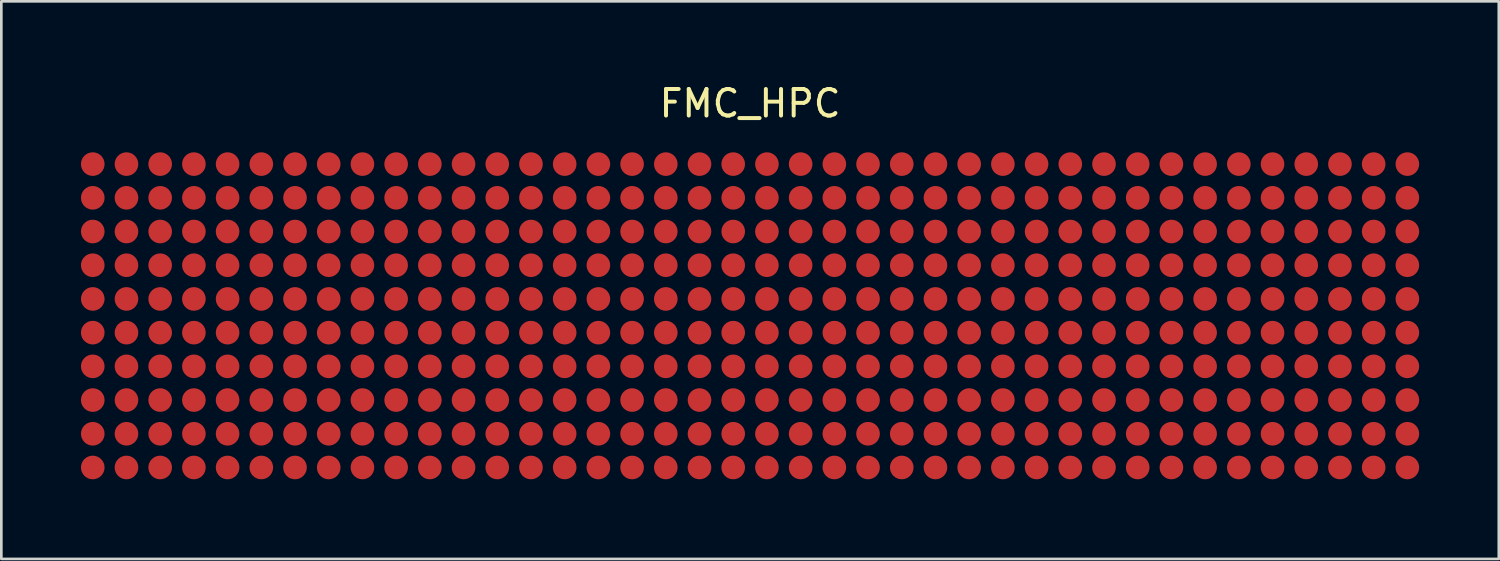
<source format=kicad_pcb>
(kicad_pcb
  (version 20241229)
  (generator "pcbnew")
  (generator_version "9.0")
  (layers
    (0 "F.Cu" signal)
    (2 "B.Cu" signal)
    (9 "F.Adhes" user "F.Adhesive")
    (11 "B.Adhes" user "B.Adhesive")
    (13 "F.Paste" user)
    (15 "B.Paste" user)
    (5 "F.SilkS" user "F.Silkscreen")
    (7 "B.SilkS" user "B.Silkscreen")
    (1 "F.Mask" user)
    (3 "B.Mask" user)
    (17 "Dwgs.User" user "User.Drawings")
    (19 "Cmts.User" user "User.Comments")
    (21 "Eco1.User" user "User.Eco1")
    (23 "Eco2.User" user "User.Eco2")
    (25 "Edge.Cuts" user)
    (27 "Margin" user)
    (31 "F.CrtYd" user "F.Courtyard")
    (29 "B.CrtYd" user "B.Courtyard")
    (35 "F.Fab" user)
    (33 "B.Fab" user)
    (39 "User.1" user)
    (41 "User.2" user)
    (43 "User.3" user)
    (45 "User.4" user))
  (footprint "FMC_HPC"
    (layer "F.Cu")
    (at 25.21 8.848)
    (property "Reference" "FMC_HPC" (at 0 -8 0) (layer "F.SilkS") (effects (font (size 1 1) (thickness 0.15))))
    (attr through_hole)
    (pad "A1" smd circle (at -24.765 -5.715) (size 0.89 0.89) (layers "F.Cu" "F.Mask" "F.Paste"))
    (pad "A2" smd circle (at -23.495 -5.715) (size 0.89 0.89) (layers "F.Cu" "F.Mask" "F.Paste"))
    (pad "A3" smd circle (at -22.225 -5.715) (size 0.89 0.89) (layers "F.Cu" "F.Mask" "F.Paste"))
    (pad "A4" smd circle (at -20.955 -5.715) (size 0.89 0.89) (layers "F.Cu" "F.Mask" "F.Paste"))
    (pad "A5" smd circle (at -19.685 -5.715) (size 0.89 0.89) (layers "F.Cu" "F.Mask" "F.Paste"))
    (pad "A6" smd circle (at -18.415 -5.715) (size 0.89 0.89) (layers "F.Cu" "F.Mask" "F.Paste"))
    (pad "A7" smd circle (at -17.145 -5.715) (size 0.89 0.89) (layers "F.Cu" "F.Mask" "F.Paste"))
    (pad "A8" smd circle (at -15.875 -5.715) (size 0.89 0.89) (layers "F.Cu" "F.Mask" "F.Paste"))
    (pad "A9" smd circle (at -14.605 -5.715) (size 0.89 0.89) (layers "F.Cu" "F.Mask" "F.Paste"))
    (pad "A10" smd circle (at -13.335 -5.715) (size 0.89 0.89) (layers "F.Cu" "F.Mask" "F.Paste"))
    (pad "A11" smd circle (at -12.065 -5.715) (size 0.89 0.89) (layers "F.Cu" "F.Mask" "F.Paste"))
    (pad "A12" smd circle (at -10.795 -5.715) (size 0.89 0.89) (layers "F.Cu" "F.Mask" "F.Paste"))
    (pad "A13" smd circle (at -9.525 -5.715) (size 0.89 0.89) (layers "F.Cu" "F.Mask" "F.Paste"))
    (pad "A14" smd circle (at -8.255 -5.715) (size 0.89 0.89) (layers "F.Cu" "F.Mask" "F.Paste"))
    (pad "A15" smd circle (at -6.985 -5.715) (size 0.89 0.89) (layers "F.Cu" "F.Mask" "F.Paste"))
    (pad "A16" smd circle (at -5.715 -5.715) (size 0.89 0.89) (layers "F.Cu" "F.Mask" "F.Paste"))
    (pad "A17" smd circle (at -4.445 -5.715) (size 0.89 0.89) (layers "F.Cu" "F.Mask" "F.Paste"))
    (pad "A18" smd circle (at -3.175 -5.715) (size 0.89 0.89) (layers "F.Cu" "F.Mask" "F.Paste"))
    (pad "A19" smd circle (at -1.905 -5.715) (size 0.89 0.89) (layers "F.Cu" "F.Mask" "F.Paste"))
    (pad "A20" smd circle (at -0.635 -5.715) (size 0.89 0.89) (layers "F.Cu" "F.Mask" "F.Paste"))
    (pad "A21" smd circle (at 0.635 -5.715) (size 0.89 0.89) (layers "F.Cu" "F.Mask" "F.Paste"))
    (pad "A22" smd circle (at 1.905 -5.715) (size 0.89 0.89) (layers "F.Cu" "F.Mask" "F.Paste"))
    (pad "A23" smd circle (at 3.175 -5.715) (size 0.89 0.89) (layers "F.Cu" "F.Mask" "F.Paste"))
    (pad "A24" smd circle (at 4.445 -5.715) (size 0.89 0.89) (layers "F.Cu" "F.Mask" "F.Paste"))
    (pad "A25" smd circle (at 5.715 -5.715) (size 0.89 0.89) (layers "F.Cu" "F.Mask" "F.Paste"))
    (pad "A26" smd circle (at 6.985 -5.715) (size 0.89 0.89) (layers "F.Cu" "F.Mask" "F.Paste"))
    (pad "A27" smd circle (at 8.255 -5.715) (size 0.89 0.89) (layers "F.Cu" "F.Mask" "F.Paste"))
    (pad "A28" smd circle (at 9.525 -5.715) (size 0.89 0.89) (layers "F.Cu" "F.Mask" "F.Paste"))
    (pad "A29" smd circle (at 10.795 -5.715) (size 0.89 0.89) (layers "F.Cu" "F.Mask" "F.Paste"))
    (pad "A30" smd circle (at 12.065 -5.715) (size 0.89 0.89) (layers "F.Cu" "F.Mask" "F.Paste"))
    (pad "A31" smd circle (at 13.335 -5.715) (size 0.89 0.89) (layers "F.Cu" "F.Mask" "F.Paste"))
    (pad "A32" smd circle (at 14.605 -5.715) (size 0.89 0.89) (layers "F.Cu" "F.Mask" "F.Paste"))
    (pad "A33" smd circle (at 15.875 -5.715) (size 0.89 0.89) (layers "F.Cu" "F.Mask" "F.Paste"))
    (pad "A34" smd circle (at 17.145 -5.715) (size 0.89 0.89) (layers "F.Cu" "F.Mask" "F.Paste"))
    (pad "A35" smd circle (at 18.415 -5.715) (size 0.89 0.89) (layers "F.Cu" "F.Mask" "F.Paste"))
    (pad "A36" smd circle (at 19.685 -5.715) (size 0.89 0.89) (layers "F.Cu" "F.Mask" "F.Paste"))
    (pad "A37" smd circle (at 20.955 -5.715) (size 0.89 0.89) (layers "F.Cu" "F.Mask" "F.Paste"))
    (pad "A38" smd circle (at 22.225 -5.715) (size 0.89 0.89) (layers "F.Cu" "F.Mask" "F.Paste"))
    (pad "A39" smd circle (at 23.495 -5.715) (size 0.89 0.89) (layers "F.Cu" "F.Mask" "F.Paste"))
    (pad "A40" smd circle (at 24.765 -5.715) (size 0.89 0.89) (layers "F.Cu" "F.Mask" "F.Paste"))
    (pad "B1" smd circle (at -24.765 -4.445) (size 0.89 0.89) (layers "F.Cu" "F.Mask" "F.Paste"))
    (pad "B2" smd circle (at -23.495 -4.445) (size 0.89 0.89) (layers "F.Cu" "F.Mask" "F.Paste"))
    (pad "B3" smd circle (at -22.225 -4.445) (size 0.89 0.89) (layers "F.Cu" "F.Mask" "F.Paste"))
    (pad "B4" smd circle (at -20.955 -4.445) (size 0.89 0.89) (layers "F.Cu" "F.Mask" "F.Paste"))
    (pad "B5" smd circle (at -19.685 -4.445) (size 0.89 0.89) (layers "F.Cu" "F.Mask" "F.Paste"))
    (pad "B6" smd circle (at -18.415 -4.445) (size 0.89 0.89) (layers "F.Cu" "F.Mask" "F.Paste"))
    (pad "B7" smd circle (at -17.145 -4.445) (size 0.89 0.89) (layers "F.Cu" "F.Mask" "F.Paste"))
    (pad "B8" smd circle (at -15.875 -4.445) (size 0.89 0.89) (layers "F.Cu" "F.Mask" "F.Paste"))
    (pad "B9" smd circle (at -14.605 -4.445) (size 0.89 0.89) (layers "F.Cu" "F.Mask" "F.Paste"))
    (pad "B10" smd circle (at -13.335 -4.445) (size 0.89 0.89) (layers "F.Cu" "F.Mask" "F.Paste"))
    (pad "B11" smd circle (at -12.065 -4.445) (size 0.89 0.89) (layers "F.Cu" "F.Mask" "F.Paste"))
    (pad "B12" smd circle (at -10.795 -4.445) (size 0.89 0.89) (layers "F.Cu" "F.Mask" "F.Paste"))
    (pad "B13" smd circle (at -9.525 -4.445) (size 0.89 0.89) (layers "F.Cu" "F.Mask" "F.Paste"))
    (pad "B14" smd circle (at -8.255 -4.445) (size 0.89 0.89) (layers "F.Cu" "F.Mask" "F.Paste"))
    (pad "B15" smd circle (at -6.985 -4.445) (size 0.89 0.89) (layers "F.Cu" "F.Mask" "F.Paste"))
    (pad "B16" smd circle (at -5.715 -4.445) (size 0.89 0.89) (layers "F.Cu" "F.Mask" "F.Paste"))
    (pad "B17" smd circle (at -4.445 -4.445) (size 0.89 0.89) (layers "F.Cu" "F.Mask" "F.Paste"))
    (pad "B18" smd circle (at -3.175 -4.445) (size 0.89 0.89) (layers "F.Cu" "F.Mask" "F.Paste"))
    (pad "B19" smd circle (at -1.905 -4.445) (size 0.89 0.89) (layers "F.Cu" "F.Mask" "F.Paste"))
    (pad "B20" smd circle (at -0.635 -4.445) (size 0.89 0.89) (layers "F.Cu" "F.Mask" "F.Paste"))
    (pad "B21" smd circle (at 0.635 -4.445) (size 0.89 0.89) (layers "F.Cu" "F.Mask" "F.Paste"))
    (pad "B22" smd circle (at 1.905 -4.445) (size 0.89 0.89) (layers "F.Cu" "F.Mask" "F.Paste"))
    (pad "B23" smd circle (at 3.175 -4.445) (size 0.89 0.89) (layers "F.Cu" "F.Mask" "F.Paste"))
    (pad "B24" smd circle (at 4.445 -4.445) (size 0.89 0.89) (layers "F.Cu" "F.Mask" "F.Paste"))
    (pad "B25" smd circle (at 5.715 -4.445) (size 0.89 0.89) (layers "F.Cu" "F.Mask" "F.Paste"))
    (pad "B26" smd circle (at 6.985 -4.445) (size 0.89 0.89) (layers "F.Cu" "F.Mask" "F.Paste"))
    (pad "B27" smd circle (at 8.255 -4.445) (size 0.89 0.89) (layers "F.Cu" "F.Mask" "F.Paste"))
    (pad "B28" smd circle (at 9.525 -4.445) (size 0.89 0.89) (layers "F.Cu" "F.Mask" "F.Paste"))
    (pad "B29" smd circle (at 10.795 -4.445) (size 0.89 0.89) (layers "F.Cu" "F.Mask" "F.Paste"))
    (pad "B30" smd circle (at 12.065 -4.445) (size 0.89 0.89) (layers "F.Cu" "F.Mask" "F.Paste"))
    (pad "B31" smd circle (at 13.335 -4.445) (size 0.89 0.89) (layers "F.Cu" "F.Mask" "F.Paste"))
    (pad "B32" smd circle (at 14.605 -4.445) (size 0.89 0.89) (layers "F.Cu" "F.Mask" "F.Paste"))
    (pad "B33" smd circle (at 15.875 -4.445) (size 0.89 0.89) (layers "F.Cu" "F.Mask" "F.Paste"))
    (pad "B34" smd circle (at 17.145 -4.445) (size 0.89 0.89) (layers "F.Cu" "F.Mask" "F.Paste"))
    (pad "B35" smd circle (at 18.415 -4.445) (size 0.89 0.89) (layers "F.Cu" "F.Mask" "F.Paste"))
    (pad "B36" smd circle (at 19.685 -4.445) (size 0.89 0.89) (layers "F.Cu" "F.Mask" "F.Paste"))
    (pad "B37" smd circle (at 20.955 -4.445) (size 0.89 0.89) (layers "F.Cu" "F.Mask" "F.Paste"))
    (pad "B38" smd circle (at 22.225 -4.445) (size 0.89 0.89) (layers "F.Cu" "F.Mask" "F.Paste"))
    (pad "B39" smd circle (at 23.495 -4.445) (size 0.89 0.89) (layers "F.Cu" "F.Mask" "F.Paste"))
    (pad "B40" smd circle (at 24.765 -4.445) (size 0.89 0.89) (layers "F.Cu" "F.Mask" "F.Paste"))
    (pad "C1" smd circle (at -24.765 -3.175) (size 0.89 0.89) (layers "F.Cu" "F.Mask" "F.Paste"))
    (pad "C2" smd circle (at -23.495 -3.175) (size 0.89 0.89) (layers "F.Cu" "F.Mask" "F.Paste"))
    (pad "C3" smd circle (at -22.225 -3.175) (size 0.89 0.89) (layers "F.Cu" "F.Mask" "F.Paste"))
    (pad "C4" smd circle (at -20.955 -3.175) (size 0.89 0.89) (layers "F.Cu" "F.Mask" "F.Paste"))
    (pad "C5" smd circle (at -19.685 -3.175) (size 0.89 0.89) (layers "F.Cu" "F.Mask" "F.Paste"))
    (pad "C6" smd circle (at -18.415 -3.175) (size 0.89 0.89) (layers "F.Cu" "F.Mask" "F.Paste"))
    (pad "C7" smd circle (at -17.145 -3.175) (size 0.89 0.89) (layers "F.Cu" "F.Mask" "F.Paste"))
    (pad "C8" smd circle (at -15.875 -3.175) (size 0.89 0.89) (layers "F.Cu" "F.Mask" "F.Paste"))
    (pad "C9" smd circle (at -14.605 -3.175) (size 0.89 0.89) (layers "F.Cu" "F.Mask" "F.Paste"))
    (pad "C10" smd circle (at -13.335 -3.175) (size 0.89 0.89) (layers "F.Cu" "F.Mask" "F.Paste"))
    (pad "C11" smd circle (at -12.065 -3.175) (size 0.89 0.89) (layers "F.Cu" "F.Mask" "F.Paste"))
    (pad "C12" smd circle (at -10.795 -3.175) (size 0.89 0.89) (layers "F.Cu" "F.Mask" "F.Paste"))
    (pad "C13" smd circle (at -9.525 -3.175) (size 0.89 0.89) (layers "F.Cu" "F.Mask" "F.Paste"))
    (pad "C14" smd circle (at -8.255 -3.175) (size 0.89 0.89) (layers "F.Cu" "F.Mask" "F.Paste"))
    (pad "C15" smd circle (at -6.985 -3.175) (size 0.89 0.89) (layers "F.Cu" "F.Mask" "F.Paste"))
    (pad "C16" smd circle (at -5.715 -3.175) (size 0.89 0.89) (layers "F.Cu" "F.Mask" "F.Paste"))
    (pad "C17" smd circle (at -4.445 -3.175) (size 0.89 0.89) (layers "F.Cu" "F.Mask" "F.Paste"))
    (pad "C18" smd circle (at -3.175 -3.175) (size 0.89 0.89) (layers "F.Cu" "F.Mask" "F.Paste"))
    (pad "C19" smd circle (at -1.905 -3.175) (size 0.89 0.89) (layers "F.Cu" "F.Mask" "F.Paste"))
    (pad "C20" smd circle (at -0.635 -3.175) (size 0.89 0.89) (layers "F.Cu" "F.Mask" "F.Paste"))
    (pad "C21" smd circle (at 0.635 -3.175) (size 0.89 0.89) (layers "F.Cu" "F.Mask" "F.Paste"))
    (pad "C22" smd circle (at 1.905 -3.175) (size 0.89 0.89) (layers "F.Cu" "F.Mask" "F.Paste"))
    (pad "C23" smd circle (at 3.175 -3.175) (size 0.89 0.89) (layers "F.Cu" "F.Mask" "F.Paste"))
    (pad "C24" smd circle (at 4.445 -3.175) (size 0.89 0.89) (layers "F.Cu" "F.Mask" "F.Paste"))
    (pad "C25" smd circle (at 5.715 -3.175) (size 0.89 0.89) (layers "F.Cu" "F.Mask" "F.Paste"))
    (pad "C26" smd circle (at 6.985 -3.175) (size 0.89 0.89) (layers "F.Cu" "F.Mask" "F.Paste"))
    (pad "C27" smd circle (at 8.255 -3.175) (size 0.89 0.89) (layers "F.Cu" "F.Mask" "F.Paste"))
    (pad "C28" smd circle (at 9.525 -3.175) (size 0.89 0.89) (layers "F.Cu" "F.Mask" "F.Paste"))
    (pad "C29" smd circle (at 10.795 -3.175) (size 0.89 0.89) (layers "F.Cu" "F.Mask" "F.Paste"))
    (pad "C30" smd circle (at 12.065 -3.175) (size 0.89 0.89) (layers "F.Cu" "F.Mask" "F.Paste"))
    (pad "C31" smd circle (at 13.335 -3.175) (size 0.89 0.89) (layers "F.Cu" "F.Mask" "F.Paste"))
    (pad "C32" smd circle (at 14.605 -3.175) (size 0.89 0.89) (layers "F.Cu" "F.Mask" "F.Paste"))
    (pad "C33" smd circle (at 15.875 -3.175) (size 0.89 0.89) (layers "F.Cu" "F.Mask" "F.Paste"))
    (pad "C34" smd circle (at 17.145 -3.175) (size 0.89 0.89) (layers "F.Cu" "F.Mask" "F.Paste"))
    (pad "C35" smd circle (at 18.415 -3.175) (size 0.89 0.89) (layers "F.Cu" "F.Mask" "F.Paste"))
    (pad "C36" smd circle (at 19.685 -3.175) (size 0.89 0.89) (layers "F.Cu" "F.Mask" "F.Paste"))
    (pad "C37" smd circle (at 20.955 -3.175) (size 0.89 0.89) (layers "F.Cu" "F.Mask" "F.Paste"))
    (pad "C38" smd circle (at 22.225 -3.175) (size 0.89 0.89) (layers "F.Cu" "F.Mask" "F.Paste"))
    (pad "C39" smd circle (at 23.495 -3.175) (size 0.89 0.89) (layers "F.Cu" "F.Mask" "F.Paste"))
    (pad "C40" smd circle (at 24.765 -3.175) (size 0.89 0.89) (layers "F.Cu" "F.Mask" "F.Paste"))
    (pad "D1" smd circle (at -24.765 -1.905) (size 0.89 0.89) (layers "F.Cu" "F.Mask" "F.Paste"))
    (pad "D2" smd circle (at -23.495 -1.905) (size 0.89 0.89) (layers "F.Cu" "F.Mask" "F.Paste"))
    (pad "D3" smd circle (at -22.225 -1.905) (size 0.89 0.89) (layers "F.Cu" "F.Mask" "F.Paste"))
    (pad "D4" smd circle (at -20.955 -1.905) (size 0.89 0.89) (layers "F.Cu" "F.Mask" "F.Paste"))
    (pad "D5" smd circle (at -19.685 -1.905) (size 0.89 0.89) (layers "F.Cu" "F.Mask" "F.Paste"))
    (pad "D6" smd circle (at -18.415 -1.905) (size 0.89 0.89) (layers "F.Cu" "F.Mask" "F.Paste"))
    (pad "D7" smd circle (at -17.145 -1.905) (size 0.89 0.89) (layers "F.Cu" "F.Mask" "F.Paste"))
    (pad "D8" smd circle (at -15.875 -1.905) (size 0.89 0.89) (layers "F.Cu" "F.Mask" "F.Paste"))
    (pad "D9" smd circle (at -14.605 -1.905) (size 0.89 0.89) (layers "F.Cu" "F.Mask" "F.Paste"))
    (pad "D10" smd circle (at -13.335 -1.905) (size 0.89 0.89) (layers "F.Cu" "F.Mask" "F.Paste"))
    (pad "D11" smd circle (at -12.065 -1.905) (size 0.89 0.89) (layers "F.Cu" "F.Mask" "F.Paste"))
    (pad "D12" smd circle (at -10.795 -1.905) (size 0.89 0.89) (layers "F.Cu" "F.Mask" "F.Paste"))
    (pad "D13" smd circle (at -9.525 -1.905) (size 0.89 0.89) (layers "F.Cu" "F.Mask" "F.Paste"))
    (pad "D14" smd circle (at -8.255 -1.905) (size 0.89 0.89) (layers "F.Cu" "F.Mask" "F.Paste"))
    (pad "D15" smd circle (at -6.985 -1.905) (size 0.89 0.89) (layers "F.Cu" "F.Mask" "F.Paste"))
    (pad "D16" smd circle (at -5.715 -1.905) (size 0.89 0.89) (layers "F.Cu" "F.Mask" "F.Paste"))
    (pad "D17" smd circle (at -4.445 -1.905) (size 0.89 0.89) (layers "F.Cu" "F.Mask" "F.Paste"))
    (pad "D18" smd circle (at -3.175 -1.905) (size 0.89 0.89) (layers "F.Cu" "F.Mask" "F.Paste"))
    (pad "D19" smd circle (at -1.905 -1.905) (size 0.89 0.89) (layers "F.Cu" "F.Mask" "F.Paste"))
    (pad "D20" smd circle (at -0.635 -1.905) (size 0.89 0.89) (layers "F.Cu" "F.Mask" "F.Paste"))
    (pad "D21" smd circle (at 0.635 -1.905) (size 0.89 0.89) (layers "F.Cu" "F.Mask" "F.Paste"))
    (pad "D22" smd circle (at 1.905 -1.905) (size 0.89 0.89) (layers "F.Cu" "F.Mask" "F.Paste"))
    (pad "D23" smd circle (at 3.175 -1.905) (size 0.89 0.89) (layers "F.Cu" "F.Mask" "F.Paste"))
    (pad "D24" smd circle (at 4.445 -1.905) (size 0.89 0.89) (layers "F.Cu" "F.Mask" "F.Paste"))
    (pad "D25" smd circle (at 5.715 -1.905) (size 0.89 0.89) (layers "F.Cu" "F.Mask" "F.Paste"))
    (pad "D26" smd circle (at 6.985 -1.905) (size 0.89 0.89) (layers "F.Cu" "F.Mask" "F.Paste"))
    (pad "D27" smd circle (at 8.255 -1.905) (size 0.89 0.89) (layers "F.Cu" "F.Mask" "F.Paste"))
    (pad "D28" smd circle (at 9.525 -1.905) (size 0.89 0.89) (layers "F.Cu" "F.Mask" "F.Paste"))
    (pad "D29" smd circle (at 10.795 -1.905) (size 0.89 0.89) (layers "F.Cu" "F.Mask" "F.Paste"))
    (pad "D30" smd circle (at 12.065 -1.905) (size 0.89 0.89) (layers "F.Cu" "F.Mask" "F.Paste"))
    (pad "D31" smd circle (at 13.335 -1.905) (size 0.89 0.89) (layers "F.Cu" "F.Mask" "F.Paste"))
    (pad "D32" smd circle (at 14.605 -1.905) (size 0.89 0.89) (layers "F.Cu" "F.Mask" "F.Paste"))
    (pad "D33" smd circle (at 15.875 -1.905) (size 0.89 0.89) (layers "F.Cu" "F.Mask" "F.Paste"))
    (pad "D34" smd circle (at 17.145 -1.905) (size 0.89 0.89) (layers "F.Cu" "F.Mask" "F.Paste"))
    (pad "D35" smd circle (at 18.415 -1.905) (size 0.89 0.89) (layers "F.Cu" "F.Mask" "F.Paste"))
    (pad "D36" smd circle (at 19.685 -1.905) (size 0.89 0.89) (layers "F.Cu" "F.Mask" "F.Paste"))
    (pad "D37" smd circle (at 20.955 -1.905) (size 0.89 0.89) (layers "F.Cu" "F.Mask" "F.Paste"))
    (pad "D38" smd circle (at 22.225 -1.905) (size 0.89 0.89) (layers "F.Cu" "F.Mask" "F.Paste"))
    (pad "D39" smd circle (at 23.495 -1.905) (size 0.89 0.89) (layers "F.Cu" "F.Mask" "F.Paste"))
    (pad "D40" smd circle (at 24.765 -1.905) (size 0.89 0.89) (layers "F.Cu" "F.Mask" "F.Paste"))
    (pad "E1" smd circle (at -24.765 -0.635) (size 0.89 0.89) (layers "F.Cu" "F.Mask" "F.Paste"))
    (pad "E2" smd circle (at -23.495 -0.635) (size 0.89 0.89) (layers "F.Cu" "F.Mask" "F.Paste"))
    (pad "E3" smd circle (at -22.225 -0.635) (size 0.89 0.89) (layers "F.Cu" "F.Mask" "F.Paste"))
    (pad "E4" smd circle (at -20.955 -0.635) (size 0.89 0.89) (layers "F.Cu" "F.Mask" "F.Paste"))
    (pad "E5" smd circle (at -19.685 -0.635) (size 0.89 0.89) (layers "F.Cu" "F.Mask" "F.Paste"))
    (pad "E6" smd circle (at -18.415 -0.635) (size 0.89 0.89) (layers "F.Cu" "F.Mask" "F.Paste"))
    (pad "E7" smd circle (at -17.145 -0.635) (size 0.89 0.89) (layers "F.Cu" "F.Mask" "F.Paste"))
    (pad "E8" smd circle (at -15.875 -0.635) (size 0.89 0.89) (layers "F.Cu" "F.Mask" "F.Paste"))
    (pad "E9" smd circle (at -14.605 -0.635) (size 0.89 0.89) (layers "F.Cu" "F.Mask" "F.Paste"))
    (pad "E10" smd circle (at -13.335 -0.635) (size 0.89 0.89) (layers "F.Cu" "F.Mask" "F.Paste"))
    (pad "E11" smd circle (at -12.065 -0.635) (size 0.89 0.89) (layers "F.Cu" "F.Mask" "F.Paste"))
    (pad "E12" smd circle (at -10.795 -0.635) (size 0.89 0.89) (layers "F.Cu" "F.Mask" "F.Paste"))
    (pad "E13" smd circle (at -9.525 -0.635) (size 0.89 0.89) (layers "F.Cu" "F.Mask" "F.Paste"))
    (pad "E14" smd circle (at -8.255 -0.635) (size 0.89 0.89) (layers "F.Cu" "F.Mask" "F.Paste"))
    (pad "E15" smd circle (at -6.985 -0.635) (size 0.89 0.89) (layers "F.Cu" "F.Mask" "F.Paste"))
    (pad "E16" smd circle (at -5.715 -0.635) (size 0.89 0.89) (layers "F.Cu" "F.Mask" "F.Paste"))
    (pad "E17" smd circle (at -4.445 -0.635) (size 0.89 0.89) (layers "F.Cu" "F.Mask" "F.Paste"))
    (pad "E18" smd circle (at -3.175 -0.635) (size 0.89 0.89) (layers "F.Cu" "F.Mask" "F.Paste"))
    (pad "E19" smd circle (at -1.905 -0.635) (size 0.89 0.89) (layers "F.Cu" "F.Mask" "F.Paste"))
    (pad "E20" smd circle (at -0.635 -0.635) (size 0.89 0.89) (layers "F.Cu" "F.Mask" "F.Paste"))
    (pad "E21" smd circle (at 0.635 -0.635) (size 0.89 0.89) (layers "F.Cu" "F.Mask" "F.Paste"))
    (pad "E22" smd circle (at 1.905 -0.635) (size 0.89 0.89) (layers "F.Cu" "F.Mask" "F.Paste"))
    (pad "E23" smd circle (at 3.175 -0.635) (size 0.89 0.89) (layers "F.Cu" "F.Mask" "F.Paste"))
    (pad "E24" smd circle (at 4.445 -0.635) (size 0.89 0.89) (layers "F.Cu" "F.Mask" "F.Paste"))
    (pad "E25" smd circle (at 5.715 -0.635) (size 0.89 0.89) (layers "F.Cu" "F.Mask" "F.Paste"))
    (pad "E26" smd circle (at 6.985 -0.635) (size 0.89 0.89) (layers "F.Cu" "F.Mask" "F.Paste"))
    (pad "E27" smd circle (at 8.255 -0.635) (size 0.89 0.89) (layers "F.Cu" "F.Mask" "F.Paste"))
    (pad "E28" smd circle (at 9.525 -0.635) (size 0.89 0.89) (layers "F.Cu" "F.Mask" "F.Paste"))
    (pad "E29" smd circle (at 10.795 -0.635) (size 0.89 0.89) (layers "F.Cu" "F.Mask" "F.Paste"))
    (pad "E30" smd circle (at 12.065 -0.635) (size 0.89 0.89) (layers "F.Cu" "F.Mask" "F.Paste"))
    (pad "E31" smd circle (at 13.335 -0.635) (size 0.89 0.89) (layers "F.Cu" "F.Mask" "F.Paste"))
    (pad "E32" smd circle (at 14.605 -0.635) (size 0.89 0.89) (layers "F.Cu" "F.Mask" "F.Paste"))
    (pad "E33" smd circle (at 15.875 -0.635) (size 0.89 0.89) (layers "F.Cu" "F.Mask" "F.Paste"))
    (pad "E34" smd circle (at 17.145 -0.635) (size 0.89 0.89) (layers "F.Cu" "F.Mask" "F.Paste"))
    (pad "E35" smd circle (at 18.415 -0.635) (size 0.89 0.89) (layers "F.Cu" "F.Mask" "F.Paste"))
    (pad "E36" smd circle (at 19.685 -0.635) (size 0.89 0.89) (layers "F.Cu" "F.Mask" "F.Paste"))
    (pad "E37" smd circle (at 20.955 -0.635) (size 0.89 0.89) (layers "F.Cu" "F.Mask" "F.Paste"))
    (pad "E38" smd circle (at 22.225 -0.635) (size 0.89 0.89) (layers "F.Cu" "F.Mask" "F.Paste"))
    (pad "E39" smd circle (at 23.495 -0.635) (size 0.89 0.89) (layers "F.Cu" "F.Mask" "F.Paste"))
    (pad "E40" smd circle (at 24.765 -0.635) (size 0.89 0.89) (layers "F.Cu" "F.Mask" "F.Paste"))
    (pad "F1" smd circle (at -24.765 0.635) (size 0.89 0.89) (layers "F.Cu" "F.Mask" "F.Paste"))
    (pad "F2" smd circle (at -23.495 0.635) (size 0.89 0.89) (layers "F.Cu" "F.Mask" "F.Paste"))
    (pad "F3" smd circle (at -22.225 0.635) (size 0.89 0.89) (layers "F.Cu" "F.Mask" "F.Paste"))
    (pad "F4" smd circle (at -20.955 0.635) (size 0.89 0.89) (layers "F.Cu" "F.Mask" "F.Paste"))
    (pad "F5" smd circle (at -19.685 0.635) (size 0.89 0.89) (layers "F.Cu" "F.Mask" "F.Paste"))
    (pad "F6" smd circle (at -18.415 0.635) (size 0.89 0.89) (layers "F.Cu" "F.Mask" "F.Paste"))
    (pad "F7" smd circle (at -17.145 0.635) (size 0.89 0.89) (layers "F.Cu" "F.Mask" "F.Paste"))
    (pad "F8" smd circle (at -15.875 0.635) (size 0.89 0.89) (layers "F.Cu" "F.Mask" "F.Paste"))
    (pad "F9" smd circle (at -14.605 0.635) (size 0.89 0.89) (layers "F.Cu" "F.Mask" "F.Paste"))
    (pad "F10" smd circle (at -13.335 0.635) (size 0.89 0.89) (layers "F.Cu" "F.Mask" "F.Paste"))
    (pad "F11" smd circle (at -12.065 0.635) (size 0.89 0.89) (layers "F.Cu" "F.Mask" "F.Paste"))
    (pad "F12" smd circle (at -10.795 0.635) (size 0.89 0.89) (layers "F.Cu" "F.Mask" "F.Paste"))
    (pad "F13" smd circle (at -9.525 0.635) (size 0.89 0.89) (layers "F.Cu" "F.Mask" "F.Paste"))
    (pad "F14" smd circle (at -8.255 0.635) (size 0.89 0.89) (layers "F.Cu" "F.Mask" "F.Paste"))
    (pad "F15" smd circle (at -6.985 0.635) (size 0.89 0.89) (layers "F.Cu" "F.Mask" "F.Paste"))
    (pad "F16" smd circle (at -5.715 0.635) (size 0.89 0.89) (layers "F.Cu" "F.Mask" "F.Paste"))
    (pad "F17" smd circle (at -4.445 0.635) (size 0.89 0.89) (layers "F.Cu" "F.Mask" "F.Paste"))
    (pad "F18" smd circle (at -3.175 0.635) (size 0.89 0.89) (layers "F.Cu" "F.Mask" "F.Paste"))
    (pad "F19" smd circle (at -1.905 0.635) (size 0.89 0.89) (layers "F.Cu" "F.Mask" "F.Paste"))
    (pad "F20" smd circle (at -0.635 0.635) (size 0.89 0.89) (layers "F.Cu" "F.Mask" "F.Paste"))
    (pad "F21" smd circle (at 0.635 0.635) (size 0.89 0.89) (layers "F.Cu" "F.Mask" "F.Paste"))
    (pad "F22" smd circle (at 1.905 0.635) (size 0.89 0.89) (layers "F.Cu" "F.Mask" "F.Paste"))
    (pad "F23" smd circle (at 3.175 0.635) (size 0.89 0.89) (layers "F.Cu" "F.Mask" "F.Paste"))
    (pad "F24" smd circle (at 4.445 0.635) (size 0.89 0.89) (layers "F.Cu" "F.Mask" "F.Paste"))
    (pad "F25" smd circle (at 5.715 0.635) (size 0.89 0.89) (layers "F.Cu" "F.Mask" "F.Paste"))
    (pad "F26" smd circle (at 6.985 0.635) (size 0.89 0.89) (layers "F.Cu" "F.Mask" "F.Paste"))
    (pad "F27" smd circle (at 8.255 0.635) (size 0.89 0.89) (layers "F.Cu" "F.Mask" "F.Paste"))
    (pad "F28" smd circle (at 9.525 0.635) (size 0.89 0.89) (layers "F.Cu" "F.Mask" "F.Paste"))
    (pad "F29" smd circle (at 10.795 0.635) (size 0.89 0.89) (layers "F.Cu" "F.Mask" "F.Paste"))
    (pad "F30" smd circle (at 12.065 0.635) (size 0.89 0.89) (layers "F.Cu" "F.Mask" "F.Paste"))
    (pad "F31" smd circle (at 13.335 0.635) (size 0.89 0.89) (layers "F.Cu" "F.Mask" "F.Paste"))
    (pad "F32" smd circle (at 14.605 0.635) (size 0.89 0.89) (layers "F.Cu" "F.Mask" "F.Paste"))
    (pad "F33" smd circle (at 15.875 0.635) (size 0.89 0.89) (layers "F.Cu" "F.Mask" "F.Paste"))
    (pad "F34" smd circle (at 17.145 0.635) (size 0.89 0.89) (layers "F.Cu" "F.Mask" "F.Paste"))
    (pad "F35" smd circle (at 18.415 0.635) (size 0.89 0.89) (layers "F.Cu" "F.Mask" "F.Paste"))
    (pad "F36" smd circle (at 19.685 0.635) (size 0.89 0.89) (layers "F.Cu" "F.Mask" "F.Paste"))
    (pad "F37" smd circle (at 20.955 0.635) (size 0.89 0.89) (layers "F.Cu" "F.Mask" "F.Paste"))
    (pad "F38" smd circle (at 22.225 0.635) (size 0.89 0.89) (layers "F.Cu" "F.Mask" "F.Paste"))
    (pad "F39" smd circle (at 23.495 0.635) (size 0.89 0.89) (layers "F.Cu" "F.Mask" "F.Paste"))
    (pad "F40" smd circle (at 24.765 0.635) (size 0.89 0.89) (layers "F.Cu" "F.Mask" "F.Paste"))
    (pad "G1" smd circle (at -24.765 1.905) (size 0.89 0.89) (layers "F.Cu" "F.Mask" "F.Paste"))
    (pad "G2" smd circle (at -23.495 1.905) (size 0.89 0.89) (layers "F.Cu" "F.Mask" "F.Paste"))
    (pad "G3" smd circle (at -22.225 1.905) (size 0.89 0.89) (layers "F.Cu" "F.Mask" "F.Paste"))
    (pad "G4" smd circle (at -20.955 1.905) (size 0.89 0.89) (layers "F.Cu" "F.Mask" "F.Paste"))
    (pad "G5" smd circle (at -19.685 1.905) (size 0.89 0.89) (layers "F.Cu" "F.Mask" "F.Paste"))
    (pad "G6" smd circle (at -18.415 1.905) (size 0.89 0.89) (layers "F.Cu" "F.Mask" "F.Paste"))
    (pad "G7" smd circle (at -17.145 1.905) (size 0.89 0.89) (layers "F.Cu" "F.Mask" "F.Paste"))
    (pad "G8" smd circle (at -15.875 1.905) (size 0.89 0.89) (layers "F.Cu" "F.Mask" "F.Paste"))
    (pad "G9" smd circle (at -14.605 1.905) (size 0.89 0.89) (layers "F.Cu" "F.Mask" "F.Paste"))
    (pad "G10" smd circle (at -13.335 1.905) (size 0.89 0.89) (layers "F.Cu" "F.Mask" "F.Paste"))
    (pad "G11" smd circle (at -12.065 1.905) (size 0.89 0.89) (layers "F.Cu" "F.Mask" "F.Paste"))
    (pad "G12" smd circle (at -10.795 1.905) (size 0.89 0.89) (layers "F.Cu" "F.Mask" "F.Paste"))
    (pad "G13" smd circle (at -9.525 1.905) (size 0.89 0.89) (layers "F.Cu" "F.Mask" "F.Paste"))
    (pad "G14" smd circle (at -8.255 1.905) (size 0.89 0.89) (layers "F.Cu" "F.Mask" "F.Paste"))
    (pad "G15" smd circle (at -6.985 1.905) (size 0.89 0.89) (layers "F.Cu" "F.Mask" "F.Paste"))
    (pad "G16" smd circle (at -5.715 1.905) (size 0.89 0.89) (layers "F.Cu" "F.Mask" "F.Paste"))
    (pad "G17" smd circle (at -4.445 1.905) (size 0.89 0.89) (layers "F.Cu" "F.Mask" "F.Paste"))
    (pad "G18" smd circle (at -3.175 1.905) (size 0.89 0.89) (layers "F.Cu" "F.Mask" "F.Paste"))
    (pad "G19" smd circle (at -1.905 1.905) (size 0.89 0.89) (layers "F.Cu" "F.Mask" "F.Paste"))
    (pad "G20" smd circle (at -0.635 1.905) (size 0.89 0.89) (layers "F.Cu" "F.Mask" "F.Paste"))
    (pad "G21" smd circle (at 0.635 1.905) (size 0.89 0.89) (layers "F.Cu" "F.Mask" "F.Paste"))
    (pad "G22" smd circle (at 1.905 1.905) (size 0.89 0.89) (layers "F.Cu" "F.Mask" "F.Paste"))
    (pad "G23" smd circle (at 3.175 1.905) (size 0.89 0.89) (layers "F.Cu" "F.Mask" "F.Paste"))
    (pad "G24" smd circle (at 4.445 1.905) (size 0.89 0.89) (layers "F.Cu" "F.Mask" "F.Paste"))
    (pad "G25" smd circle (at 5.715 1.905) (size 0.89 0.89) (layers "F.Cu" "F.Mask" "F.Paste"))
    (pad "G26" smd circle (at 6.985 1.905) (size 0.89 0.89) (layers "F.Cu" "F.Mask" "F.Paste"))
    (pad "G27" smd circle (at 8.255 1.905) (size 0.89 0.89) (layers "F.Cu" "F.Mask" "F.Paste"))
    (pad "G28" smd circle (at 9.525 1.905) (size 0.89 0.89) (layers "F.Cu" "F.Mask" "F.Paste"))
    (pad "G29" smd circle (at 10.795 1.905) (size 0.89 0.89) (layers "F.Cu" "F.Mask" "F.Paste"))
    (pad "G30" smd circle (at 12.065 1.905) (size 0.89 0.89) (layers "F.Cu" "F.Mask" "F.Paste"))
    (pad "G31" smd circle (at 13.335 1.905) (size 0.89 0.89) (layers "F.Cu" "F.Mask" "F.Paste"))
    (pad "G32" smd circle (at 14.605 1.905) (size 0.89 0.89) (layers "F.Cu" "F.Mask" "F.Paste"))
    (pad "G33" smd circle (at 15.875 1.905) (size 0.89 0.89) (layers "F.Cu" "F.Mask" "F.Paste"))
    (pad "G34" smd circle (at 17.145 1.905) (size 0.89 0.89) (layers "F.Cu" "F.Mask" "F.Paste"))
    (pad "G35" smd circle (at 18.415 1.905) (size 0.89 0.89) (layers "F.Cu" "F.Mask" "F.Paste"))
    (pad "G36" smd circle (at 19.685 1.905) (size 0.89 0.89) (layers "F.Cu" "F.Mask" "F.Paste"))
    (pad "G37" smd circle (at 20.955 1.905) (size 0.89 0.89) (layers "F.Cu" "F.Mask" "F.Paste"))
    (pad "G38" smd circle (at 22.225 1.905) (size 0.89 0.89) (layers "F.Cu" "F.Mask" "F.Paste"))
    (pad "G39" smd circle (at 23.495 1.905) (size 0.89 0.89) (layers "F.Cu" "F.Mask" "F.Paste"))
    (pad "G40" smd circle (at 24.765 1.905) (size 0.89 0.89) (layers "F.Cu" "F.Mask" "F.Paste"))
    (pad "H1" smd circle (at -24.765 3.175) (size 0.89 0.89) (layers "F.Cu" "F.Mask" "F.Paste"))
    (pad "H2" smd circle (at -23.495 3.175) (size 0.89 0.89) (layers "F.Cu" "F.Mask" "F.Paste"))
    (pad "H3" smd circle (at -22.225 3.175) (size 0.89 0.89) (layers "F.Cu" "F.Mask" "F.Paste"))
    (pad "H4" smd circle (at -20.955 3.175) (size 0.89 0.89) (layers "F.Cu" "F.Mask" "F.Paste"))
    (pad "H5" smd circle (at -19.685 3.175) (size 0.89 0.89) (layers "F.Cu" "F.Mask" "F.Paste"))
    (pad "H6" smd circle (at -18.415 3.175) (size 0.89 0.89) (layers "F.Cu" "F.Mask" "F.Paste"))
    (pad "H7" smd circle (at -17.145 3.175) (size 0.89 0.89) (layers "F.Cu" "F.Mask" "F.Paste"))
    (pad "H8" smd circle (at -15.875 3.175) (size 0.89 0.89) (layers "F.Cu" "F.Mask" "F.Paste"))
    (pad "H9" smd circle (at -14.605 3.175) (size 0.89 0.89) (layers "F.Cu" "F.Mask" "F.Paste"))
    (pad "H10" smd circle (at -13.335 3.175) (size 0.89 0.89) (layers "F.Cu" "F.Mask" "F.Paste"))
    (pad "H11" smd circle (at -12.065 3.175) (size 0.89 0.89) (layers "F.Cu" "F.Mask" "F.Paste"))
    (pad "H12" smd circle (at -10.795 3.175) (size 0.89 0.89) (layers "F.Cu" "F.Mask" "F.Paste"))
    (pad "H13" smd circle (at -9.525 3.175) (size 0.89 0.89) (layers "F.Cu" "F.Mask" "F.Paste"))
    (pad "H14" smd circle (at -8.255 3.175) (size 0.89 0.89) (layers "F.Cu" "F.Mask" "F.Paste"))
    (pad "H15" smd circle (at -6.985 3.175) (size 0.89 0.89) (layers "F.Cu" "F.Mask" "F.Paste"))
    (pad "H16" smd circle (at -5.715 3.175) (size 0.89 0.89) (layers "F.Cu" "F.Mask" "F.Paste"))
    (pad "H17" smd circle (at -4.445 3.175) (size 0.89 0.89) (layers "F.Cu" "F.Mask" "F.Paste"))
    (pad "H18" smd circle (at -3.175 3.175) (size 0.89 0.89) (layers "F.Cu" "F.Mask" "F.Paste"))
    (pad "H19" smd circle (at -1.905 3.175) (size 0.89 0.89) (layers "F.Cu" "F.Mask" "F.Paste"))
    (pad "H20" smd circle (at -0.635 3.175) (size 0.89 0.89) (layers "F.Cu" "F.Mask" "F.Paste"))
    (pad "H21" smd circle (at 0.635 3.175) (size 0.89 0.89) (layers "F.Cu" "F.Mask" "F.Paste"))
    (pad "H22" smd circle (at 1.905 3.175) (size 0.89 0.89) (layers "F.Cu" "F.Mask" "F.Paste"))
    (pad "H23" smd circle (at 3.175 3.175) (size 0.89 0.89) (layers "F.Cu" "F.Mask" "F.Paste"))
    (pad "H24" smd circle (at 4.445 3.175) (size 0.89 0.89) (layers "F.Cu" "F.Mask" "F.Paste"))
    (pad "H25" smd circle (at 5.715 3.175) (size 0.89 0.89) (layers "F.Cu" "F.Mask" "F.Paste"))
    (pad "H26" smd circle (at 6.985 3.175) (size 0.89 0.89) (layers "F.Cu" "F.Mask" "F.Paste"))
    (pad "H27" smd circle (at 8.255 3.175) (size 0.89 0.89) (layers "F.Cu" "F.Mask" "F.Paste"))
    (pad "H28" smd circle (at 9.525 3.175) (size 0.89 0.89) (layers "F.Cu" "F.Mask" "F.Paste"))
    (pad "H29" smd circle (at 10.795 3.175) (size 0.89 0.89) (layers "F.Cu" "F.Mask" "F.Paste"))
    (pad "H30" smd circle (at 12.065 3.175) (size 0.89 0.89) (layers "F.Cu" "F.Mask" "F.Paste"))
    (pad "H31" smd circle (at 13.335 3.175) (size 0.89 0.89) (layers "F.Cu" "F.Mask" "F.Paste"))
    (pad "H32" smd circle (at 14.605 3.175) (size 0.89 0.89) (layers "F.Cu" "F.Mask" "F.Paste"))
    (pad "H33" smd circle (at 15.875 3.175) (size 0.89 0.89) (layers "F.Cu" "F.Mask" "F.Paste"))
    (pad "H34" smd circle (at 17.145 3.175) (size 0.89 0.89) (layers "F.Cu" "F.Mask" "F.Paste"))
    (pad "H35" smd circle (at 18.415 3.175) (size 0.89 0.89) (layers "F.Cu" "F.Mask" "F.Paste"))
    (pad "H36" smd circle (at 19.685 3.175) (size 0.89 0.89) (layers "F.Cu" "F.Mask" "F.Paste"))
    (pad "H37" smd circle (at 20.955 3.175) (size 0.89 0.89) (layers "F.Cu" "F.Mask" "F.Paste"))
    (pad "H38" smd circle (at 22.225 3.175) (size 0.89 0.89) (layers "F.Cu" "F.Mask" "F.Paste"))
    (pad "H39" smd circle (at 23.495 3.175) (size 0.89 0.89) (layers "F.Cu" "F.Mask" "F.Paste"))
    (pad "H40" smd circle (at 24.765 3.175) (size 0.89 0.89) (layers "F.Cu" "F.Mask" "F.Paste"))
    (pad "J1" smd circle (at -24.765 4.445) (size 0.89 0.89) (layers "F.Cu" "F.Mask" "F.Paste"))
    (pad "J2" smd circle (at -23.495 4.445) (size 0.89 0.89) (layers "F.Cu" "F.Mask" "F.Paste"))
    (pad "J3" smd circle (at -22.225 4.445) (size 0.89 0.89) (layers "F.Cu" "F.Mask" "F.Paste"))
    (pad "J4" smd circle (at -20.955 4.445) (size 0.89 0.89) (layers "F.Cu" "F.Mask" "F.Paste"))
    (pad "J5" smd circle (at -19.685 4.445) (size 0.89 0.89) (layers "F.Cu" "F.Mask" "F.Paste"))
    (pad "J6" smd circle (at -18.415 4.445) (size 0.89 0.89) (layers "F.Cu" "F.Mask" "F.Paste"))
    (pad "J7" smd circle (at -17.145 4.445) (size 0.89 0.89) (layers "F.Cu" "F.Mask" "F.Paste"))
    (pad "J8" smd circle (at -15.875 4.445) (size 0.89 0.89) (layers "F.Cu" "F.Mask" "F.Paste"))
    (pad "J9" smd circle (at -14.605 4.445) (size 0.89 0.89) (layers "F.Cu" "F.Mask" "F.Paste"))
    (pad "J10" smd circle (at -13.335 4.445) (size 0.89 0.89) (layers "F.Cu" "F.Mask" "F.Paste"))
    (pad "J11" smd circle (at -12.065 4.445) (size 0.89 0.89) (layers "F.Cu" "F.Mask" "F.Paste"))
    (pad "J12" smd circle (at -10.795 4.445) (size 0.89 0.89) (layers "F.Cu" "F.Mask" "F.Paste"))
    (pad "J13" smd circle (at -9.525 4.445) (size 0.89 0.89) (layers "F.Cu" "F.Mask" "F.Paste"))
    (pad "J14" smd circle (at -8.255 4.445) (size 0.89 0.89) (layers "F.Cu" "F.Mask" "F.Paste"))
    (pad "J15" smd circle (at -6.985 4.445) (size 0.89 0.89) (layers "F.Cu" "F.Mask" "F.Paste"))
    (pad "J16" smd circle (at -5.715 4.445) (size 0.89 0.89) (layers "F.Cu" "F.Mask" "F.Paste"))
    (pad "J17" smd circle (at -4.445 4.445) (size 0.89 0.89) (layers "F.Cu" "F.Mask" "F.Paste"))
    (pad "J18" smd circle (at -3.175 4.445) (size 0.89 0.89) (layers "F.Cu" "F.Mask" "F.Paste"))
    (pad "J19" smd circle (at -1.905 4.445) (size 0.89 0.89) (layers "F.Cu" "F.Mask" "F.Paste"))
    (pad "J20" smd circle (at -0.635 4.445) (size 0.89 0.89) (layers "F.Cu" "F.Mask" "F.Paste"))
    (pad "J21" smd circle (at 0.635 4.445) (size 0.89 0.89) (layers "F.Cu" "F.Mask" "F.Paste"))
    (pad "J22" smd circle (at 1.905 4.445) (size 0.89 0.89) (layers "F.Cu" "F.Mask" "F.Paste"))
    (pad "J23" smd circle (at 3.175 4.445) (size 0.89 0.89) (layers "F.Cu" "F.Mask" "F.Paste"))
    (pad "J24" smd circle (at 4.445 4.445) (size 0.89 0.89) (layers "F.Cu" "F.Mask" "F.Paste"))
    (pad "J25" smd circle (at 5.715 4.445) (size 0.89 0.89) (layers "F.Cu" "F.Mask" "F.Paste"))
    (pad "J26" smd circle (at 6.985 4.445) (size 0.89 0.89) (layers "F.Cu" "F.Mask" "F.Paste"))
    (pad "J27" smd circle (at 8.255 4.445) (size 0.89 0.89) (layers "F.Cu" "F.Mask" "F.Paste"))
    (pad "J28" smd circle (at 9.525 4.445) (size 0.89 0.89) (layers "F.Cu" "F.Mask" "F.Paste"))
    (pad "J29" smd circle (at 10.795 4.445) (size 0.89 0.89) (layers "F.Cu" "F.Mask" "F.Paste"))
    (pad "J30" smd circle (at 12.065 4.445) (size 0.89 0.89) (layers "F.Cu" "F.Mask" "F.Paste"))
    (pad "J31" smd circle (at 13.335 4.445) (size 0.89 0.89) (layers "F.Cu" "F.Mask" "F.Paste"))
    (pad "J32" smd circle (at 14.605 4.445) (size 0.89 0.89) (layers "F.Cu" "F.Mask" "F.Paste"))
    (pad "J33" smd circle (at 15.875 4.445) (size 0.89 0.89) (layers "F.Cu" "F.Mask" "F.Paste"))
    (pad "J34" smd circle (at 17.145 4.445) (size 0.89 0.89) (layers "F.Cu" "F.Mask" "F.Paste"))
    (pad "J35" smd circle (at 18.415 4.445) (size 0.89 0.89) (layers "F.Cu" "F.Mask" "F.Paste"))
    (pad "J36" smd circle (at 19.685 4.445) (size 0.89 0.89) (layers "F.Cu" "F.Mask" "F.Paste"))
    (pad "J37" smd circle (at 20.955 4.445) (size 0.89 0.89) (layers "F.Cu" "F.Mask" "F.Paste"))
    (pad "J38" smd circle (at 22.225 4.445) (size 0.89 0.89) (layers "F.Cu" "F.Mask" "F.Paste"))
    (pad "J39" smd circle (at 23.495 4.445) (size 0.89 0.89) (layers "F.Cu" "F.Mask" "F.Paste"))
    (pad "J40" smd circle (at 24.765 4.445) (size 0.89 0.89) (layers "F.Cu" "F.Mask" "F.Paste"))
    (pad "K1" smd circle (at -24.765 5.715) (size 0.89 0.89) (layers "F.Cu" "F.Mask" "F.Paste"))
    (pad "K2" smd circle (at -23.495 5.715) (size 0.89 0.89) (layers "F.Cu" "F.Mask" "F.Paste"))
    (pad "K3" smd circle (at -22.225 5.715) (size 0.89 0.89) (layers "F.Cu" "F.Mask" "F.Paste"))
    (pad "K4" smd circle (at -20.955 5.715) (size 0.89 0.89) (layers "F.Cu" "F.Mask" "F.Paste"))
    (pad "K5" smd circle (at -19.685 5.715) (size 0.89 0.89) (layers "F.Cu" "F.Mask" "F.Paste"))
    (pad "K6" smd circle (at -18.415 5.715) (size 0.89 0.89) (layers "F.Cu" "F.Mask" "F.Paste"))
    (pad "K7" smd circle (at -17.145 5.715) (size 0.89 0.89) (layers "F.Cu" "F.Mask" "F.Paste"))
    (pad "K8" smd circle (at -15.875 5.715) (size 0.89 0.89) (layers "F.Cu" "F.Mask" "F.Paste"))
    (pad "K9" smd circle (at -14.605 5.715) (size 0.89 0.89) (layers "F.Cu" "F.Mask" "F.Paste"))
    (pad "K10" smd circle (at -13.335 5.715) (size 0.89 0.89) (layers "F.Cu" "F.Mask" "F.Paste"))
    (pad "K11" smd circle (at -12.065 5.715) (size 0.89 0.89) (layers "F.Cu" "F.Mask" "F.Paste"))
    (pad "K12" smd circle (at -10.795 5.715) (size 0.89 0.89) (layers "F.Cu" "F.Mask" "F.Paste"))
    (pad "K13" smd circle (at -9.525 5.715) (size 0.89 0.89) (layers "F.Cu" "F.Mask" "F.Paste"))
    (pad "K14" smd circle (at -8.255 5.715) (size 0.89 0.89) (layers "F.Cu" "F.Mask" "F.Paste"))
    (pad "K15" smd circle (at -6.985 5.715) (size 0.89 0.89) (layers "F.Cu" "F.Mask" "F.Paste"))
    (pad "K16" smd circle (at -5.715 5.715) (size 0.89 0.89) (layers "F.Cu" "F.Mask" "F.Paste"))
    (pad "K17" smd circle (at -4.445 5.715) (size 0.89 0.89) (layers "F.Cu" "F.Mask" "F.Paste"))
    (pad "K18" smd circle (at -3.175 5.715) (size 0.89 0.89) (layers "F.Cu" "F.Mask" "F.Paste"))
    (pad "K19" smd circle (at -1.905 5.715) (size 0.89 0.89) (layers "F.Cu" "F.Mask" "F.Paste"))
    (pad "K20" smd circle (at -0.635 5.715) (size 0.89 0.89) (layers "F.Cu" "F.Mask" "F.Paste"))
    (pad "K21" smd circle (at 0.635 5.715) (size 0.89 0.89) (layers "F.Cu" "F.Mask" "F.Paste"))
    (pad "K22" smd circle (at 1.905 5.715) (size 0.89 0.89) (layers "F.Cu" "F.Mask" "F.Paste"))
    (pad "K23" smd circle (at 3.175 5.715) (size 0.89 0.89) (layers "F.Cu" "F.Mask" "F.Paste"))
    (pad "K24" smd circle (at 4.445 5.715) (size 0.89 0.89) (layers "F.Cu" "F.Mask" "F.Paste"))
    (pad "K25" smd circle (at 5.715 5.715) (size 0.89 0.89) (layers "F.Cu" "F.Mask" "F.Paste"))
    (pad "K26" smd circle (at 6.985 5.715) (size 0.89 0.89) (layers "F.Cu" "F.Mask" "F.Paste"))
    (pad "K27" smd circle (at 8.255 5.715) (size 0.89 0.89) (layers "F.Cu" "F.Mask" "F.Paste"))
    (pad "K28" smd circle (at 9.525 5.715) (size 0.89 0.89) (layers "F.Cu" "F.Mask" "F.Paste"))
    (pad "K29" smd circle (at 10.795 5.715) (size 0.89 0.89) (layers "F.Cu" "F.Mask" "F.Paste"))
    (pad "K30" smd circle (at 12.065 5.715) (size 0.89 0.89) (layers "F.Cu" "F.Mask" "F.Paste"))
    (pad "K31" smd circle (at 13.335 5.715) (size 0.89 0.89) (layers "F.Cu" "F.Mask" "F.Paste"))
    (pad "K32" smd circle (at 14.605 5.715) (size 0.89 0.89) (layers "F.Cu" "F.Mask" "F.Paste"))
    (pad "K33" smd circle (at 15.875 5.715) (size 0.89 0.89) (layers "F.Cu" "F.Mask" "F.Paste"))
    (pad "K34" smd circle (at 17.145 5.715) (size 0.89 0.89) (layers "F.Cu" "F.Mask" "F.Paste"))
    (pad "K35" smd circle (at 18.415 5.715) (size 0.89 0.89) (layers "F.Cu" "F.Mask" "F.Paste"))
    (pad "K36" smd circle (at 19.685 5.715) (size 0.89 0.89) (layers "F.Cu" "F.Mask" "F.Paste"))
    (pad "K37" smd circle (at 20.955 5.715) (size 0.89 0.89) (layers "F.Cu" "F.Mask" "F.Paste"))
    (pad "K38" smd circle (at 22.225 5.715) (size 0.89 0.89) (layers "F.Cu" "F.Mask" "F.Paste"))
    (pad "K39" smd circle (at 23.495 5.715) (size 0.89 0.89) (layers "F.Cu" "F.Mask" "F.Paste"))
    (pad "K40" smd circle (at 24.765 5.715) (size 0.89 0.89) (layers "F.Cu" "F.Mask" "F.Paste")))
  (gr_rect
    (start -3 -3)
    (end 53.42 18.008)
    (stroke (width 0.1) (type default))
    (fill no)
    (layer "Edge.Cuts")))
</source>
